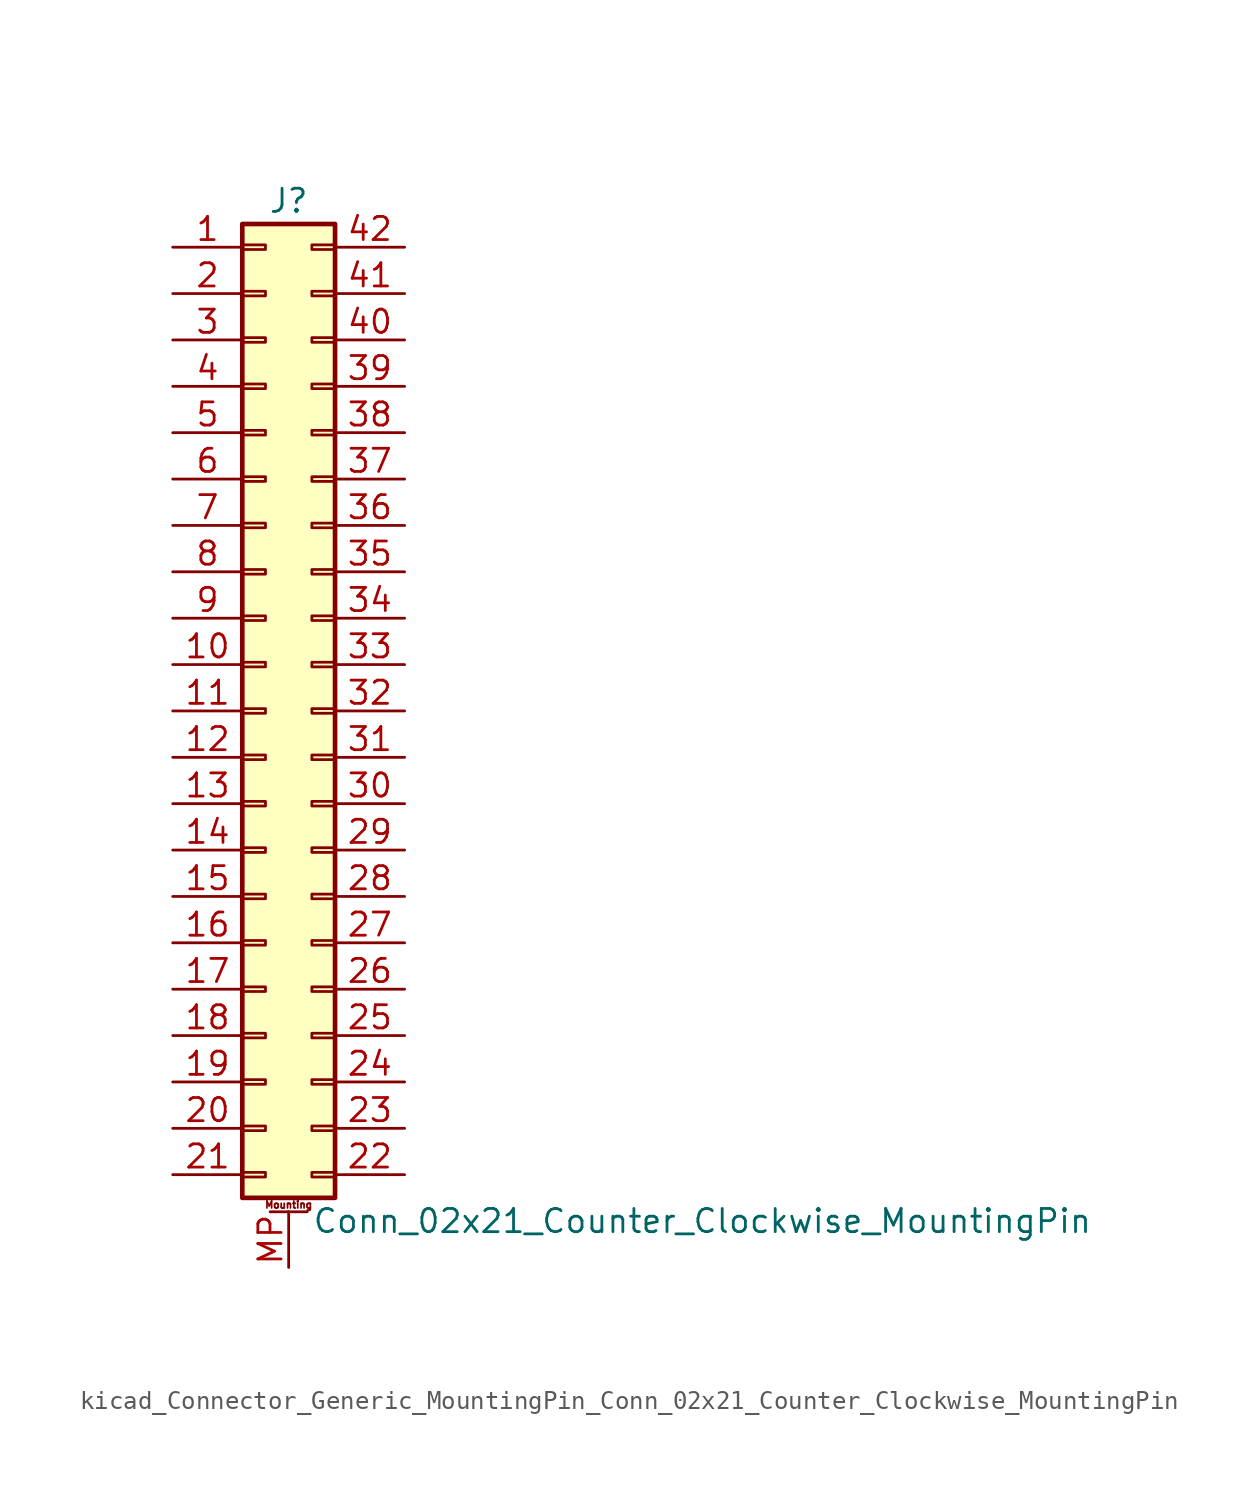
<source format=kicad_sym>
(kicad_symbol_lib
  (version 20220914)
  (generator kicad_symbol_editor)
  (symbol "kicad_Connector_Generic_MountingPin_Conn_02x21_Counter_Clockwise_MountingPin"
    (pin_names
      (offset 1.016) hide)
    (property "Reference" "J"
      (at 1.27 27.94 0)
      (effects (font (size 1.27 1.27))))
    (property "Value" "Conn_02x21_Counter_Clockwise_MountingPin"
      (at 2.54 -27.94 0)
      (effects (font (size 1.27 1.27)) (justify left)))
    (symbol "kicad_Connector_Generic_MountingPin_Conn_02x21_Counter_Clockwise_MountingPin_1_1"
      (rectangle (start -1.27 -25.273) (end 0 -25.527) (stroke (width 0.152) (type default)) (fill (type none)))
      (rectangle (start -1.27 -22.733) (end 0 -22.987) (stroke (width 0.152) (type default)) (fill (type none)))
      (rectangle (start -1.27 -20.193) (end 0 -20.447) (stroke (width 0.152) (type default)) (fill (type none)))
      (rectangle (start -1.27 -17.653) (end 0 -17.907) (stroke (width 0.152) (type default)) (fill (type none)))
      (rectangle (start -1.27 -15.113) (end 0 -15.367) (stroke (width 0.152) (type default)) (fill (type none)))
      (rectangle (start -1.27 -12.573) (end 0 -12.827) (stroke (width 0.152) (type default)) (fill (type none)))
      (rectangle (start -1.27 -10.033) (end 0 -10.287) (stroke (width 0.152) (type default)) (fill (type none)))
      (rectangle (start -1.27 -7.493) (end 0 -7.747) (stroke (width 0.152) (type default)) (fill (type none)))
      (rectangle (start -1.27 -4.953) (end 0 -5.207) (stroke (width 0.152) (type default)) (fill (type none)))
      (rectangle (start -1.27 -2.413) (end 0 -2.667) (stroke (width 0.152) (type default)) (fill (type none)))
      (rectangle (start -1.27 0.127) (end 0 -0.127) (stroke (width 0.152) (type default)) (fill (type none)))
      (rectangle (start -1.27 2.667) (end 0 2.413) (stroke (width 0.152) (type default)) (fill (type none)))
      (rectangle (start -1.27 5.207) (end 0 4.953) (stroke (width 0.152) (type default)) (fill (type none)))
      (rectangle (start -1.27 7.747) (end 0 7.493) (stroke (width 0.152) (type default)) (fill (type none)))
      (rectangle (start -1.27 10.287) (end 0 10.033) (stroke (width 0.152) (type default)) (fill (type none)))
      (rectangle (start -1.27 12.827) (end 0 12.573) (stroke (width 0.152) (type default)) (fill (type none)))
      (rectangle (start -1.27 15.367) (end 0 15.113) (stroke (width 0.152) (type default)) (fill (type none)))
      (rectangle (start -1.27 17.907) (end 0 17.653) (stroke (width 0.152) (type default)) (fill (type none)))
      (rectangle (start -1.27 20.447) (end 0 20.193) (stroke (width 0.152) (type default)) (fill (type none)))
      (rectangle (start -1.27 22.987) (end 0 22.733) (stroke (width 0.152) (type default)) (fill (type none)))
      (rectangle (start -1.27 25.527) (end 0 25.273) (stroke (width 0.152) (type default)) (fill (type none)))
      (rectangle (start -1.27 26.67) (end 3.81 -26.67) (stroke (width 0.254) (type default)) (fill (type background)))
      (polyline (pts (xy 0.254 -27.432) (xy 2.286 -27.432)) (stroke (width 0.152) (type default)) (fill (type none)))
      (rectangle (start 3.81 -25.273) (end 2.54 -25.527) (stroke (width 0.152) (type default)) (fill (type none)))
      (rectangle (start 3.81 -22.733) (end 2.54 -22.987) (stroke (width 0.152) (type default)) (fill (type none)))
      (rectangle (start 3.81 -20.193) (end 2.54 -20.447) (stroke (width 0.152) (type default)) (fill (type none)))
      (rectangle (start 3.81 -17.653) (end 2.54 -17.907) (stroke (width 0.152) (type default)) (fill (type none)))
      (rectangle (start 3.81 -15.113) (end 2.54 -15.367) (stroke (width 0.152) (type default)) (fill (type none)))
      (rectangle (start 3.81 -12.573) (end 2.54 -12.827) (stroke (width 0.152) (type default)) (fill (type none)))
      (rectangle (start 3.81 -10.033) (end 2.54 -10.287) (stroke (width 0.152) (type default)) (fill (type none)))
      (rectangle (start 3.81 -7.493) (end 2.54 -7.747) (stroke (width 0.152) (type default)) (fill (type none)))
      (rectangle (start 3.81 -4.953) (end 2.54 -5.207) (stroke (width 0.152) (type default)) (fill (type none)))
      (rectangle (start 3.81 -2.413) (end 2.54 -2.667) (stroke (width 0.152) (type default)) (fill (type none)))
      (rectangle (start 3.81 0.127) (end 2.54 -0.127) (stroke (width 0.152) (type default)) (fill (type none)))
      (rectangle (start 3.81 2.667) (end 2.54 2.413) (stroke (width 0.152) (type default)) (fill (type none)))
      (rectangle (start 3.81 5.207) (end 2.54 4.953) (stroke (width 0.152) (type default)) (fill (type none)))
      (rectangle (start 3.81 7.747) (end 2.54 7.493) (stroke (width 0.152) (type default)) (fill (type none)))
      (rectangle (start 3.81 10.287) (end 2.54 10.033) (stroke (width 0.152) (type default)) (fill (type none)))
      (rectangle (start 3.81 12.827) (end 2.54 12.573) (stroke (width 0.152) (type default)) (fill (type none)))
      (rectangle (start 3.81 15.367) (end 2.54 15.113) (stroke (width 0.152) (type default)) (fill (type none)))
      (rectangle (start 3.81 17.907) (end 2.54 17.653) (stroke (width 0.152) (type default)) (fill (type none)))
      (rectangle (start 3.81 20.447) (end 2.54 20.193) (stroke (width 0.152) (type default)) (fill (type none)))
      (rectangle (start 3.81 22.987) (end 2.54 22.733) (stroke (width 0.152) (type default)) (fill (type none)))
      (rectangle (start 3.81 25.527) (end 2.54 25.273) (stroke (width 0.152) (type default)) (fill (type none)))
      (text "Mounting" (at 1.27 -27.051 0) (effects (font (size 0.381 0.381))))
      (pin passive line (at -5.08 25.4 0) (length 3.81) (name "Pin_1" (effects (font (size 1.27 1.27)))) (number "1" (effects (font (size 1.27 1.27)))))
      (pin passive line (at -5.08 2.54 0) (length 3.81) (name "Pin_10" (effects (font (size 1.27 1.27)))) (number "10" (effects (font (size 1.27 1.27)))))
      (pin passive line (at -5.08 0 0) (length 3.81) (name "Pin_11" (effects (font (size 1.27 1.27)))) (number "11" (effects (font (size 1.27 1.27)))))
      (pin passive line (at -5.08 -2.54 0) (length 3.81) (name "Pin_12" (effects (font (size 1.27 1.27)))) (number "12" (effects (font (size 1.27 1.27)))))
      (pin passive line (at -5.08 -5.08 0) (length 3.81) (name "Pin_13" (effects (font (size 1.27 1.27)))) (number "13" (effects (font (size 1.27 1.27)))))
      (pin passive line (at -5.08 -7.62 0) (length 3.81) (name "Pin_14" (effects (font (size 1.27 1.27)))) (number "14" (effects (font (size 1.27 1.27)))))
      (pin passive line (at -5.08 -10.16 0) (length 3.81) (name "Pin_15" (effects (font (size 1.27 1.27)))) (number "15" (effects (font (size 1.27 1.27)))))
      (pin passive line (at -5.08 -12.7 0) (length 3.81) (name "Pin_16" (effects (font (size 1.27 1.27)))) (number "16" (effects (font (size 1.27 1.27)))))
      (pin passive line (at -5.08 -15.24 0) (length 3.81) (name "Pin_17" (effects (font (size 1.27 1.27)))) (number "17" (effects (font (size 1.27 1.27)))))
      (pin passive line (at -5.08 -17.78 0) (length 3.81) (name "Pin_18" (effects (font (size 1.27 1.27)))) (number "18" (effects (font (size 1.27 1.27)))))
      (pin passive line (at -5.08 -20.32 0) (length 3.81) (name "Pin_19" (effects (font (size 1.27 1.27)))) (number "19" (effects (font (size 1.27 1.27)))))
      (pin passive line (at -5.08 22.86 0) (length 3.81) (name "Pin_2" (effects (font (size 1.27 1.27)))) (number "2" (effects (font (size 1.27 1.27)))))
      (pin passive line (at -5.08 -22.86 0) (length 3.81) (name "Pin_20" (effects (font (size 1.27 1.27)))) (number "20" (effects (font (size 1.27 1.27)))))
      (pin passive line (at -5.08 -25.4 0) (length 3.81) (name "Pin_21" (effects (font (size 1.27 1.27)))) (number "21" (effects (font (size 1.27 1.27)))))
      (pin passive line (at 7.62 -25.4 180) (length 3.81) (name "Pin_22" (effects (font (size 1.27 1.27)))) (number "22" (effects (font (size 1.27 1.27)))))
      (pin passive line (at 7.62 -22.86 180) (length 3.81) (name "Pin_23" (effects (font (size 1.27 1.27)))) (number "23" (effects (font (size 1.27 1.27)))))
      (pin passive line (at 7.62 -20.32 180) (length 3.81) (name "Pin_24" (effects (font (size 1.27 1.27)))) (number "24" (effects (font (size 1.27 1.27)))))
      (pin passive line (at 7.62 -17.78 180) (length 3.81) (name "Pin_25" (effects (font (size 1.27 1.27)))) (number "25" (effects (font (size 1.27 1.27)))))
      (pin passive line (at 7.62 -15.24 180) (length 3.81) (name "Pin_26" (effects (font (size 1.27 1.27)))) (number "26" (effects (font (size 1.27 1.27)))))
      (pin passive line (at 7.62 -12.7 180) (length 3.81) (name "Pin_27" (effects (font (size 1.27 1.27)))) (number "27" (effects (font (size 1.27 1.27)))))
      (pin passive line (at 7.62 -10.16 180) (length 3.81) (name "Pin_28" (effects (font (size 1.27 1.27)))) (number "28" (effects (font (size 1.27 1.27)))))
      (pin passive line (at 7.62 -7.62 180) (length 3.81) (name "Pin_29" (effects (font (size 1.27 1.27)))) (number "29" (effects (font (size 1.27 1.27)))))
      (pin passive line (at -5.08 20.32 0) (length 3.81) (name "Pin_3" (effects (font (size 1.27 1.27)))) (number "3" (effects (font (size 1.27 1.27)))))
      (pin passive line (at 7.62 -5.08 180) (length 3.81) (name "Pin_30" (effects (font (size 1.27 1.27)))) (number "30" (effects (font (size 1.27 1.27)))))
      (pin passive line (at 7.62 -2.54 180) (length 3.81) (name "Pin_31" (effects (font (size 1.27 1.27)))) (number "31" (effects (font (size 1.27 1.27)))))
      (pin passive line (at 7.62 0 180) (length 3.81) (name "Pin_32" (effects (font (size 1.27 1.27)))) (number "32" (effects (font (size 1.27 1.27)))))
      (pin passive line (at 7.62 2.54 180) (length 3.81) (name "Pin_33" (effects (font (size 1.27 1.27)))) (number "33" (effects (font (size 1.27 1.27)))))
      (pin passive line (at 7.62 5.08 180) (length 3.81) (name "Pin_34" (effects (font (size 1.27 1.27)))) (number "34" (effects (font (size 1.27 1.27)))))
      (pin passive line (at 7.62 7.62 180) (length 3.81) (name "Pin_35" (effects (font (size 1.27 1.27)))) (number "35" (effects (font (size 1.27 1.27)))))
      (pin passive line (at 7.62 10.16 180) (length 3.81) (name "Pin_36" (effects (font (size 1.27 1.27)))) (number "36" (effects (font (size 1.27 1.27)))))
      (pin passive line (at 7.62 12.7 180) (length 3.81) (name "Pin_37" (effects (font (size 1.27 1.27)))) (number "37" (effects (font (size 1.27 1.27)))))
      (pin passive line (at 7.62 15.24 180) (length 3.81) (name "Pin_38" (effects (font (size 1.27 1.27)))) (number "38" (effects (font (size 1.27 1.27)))))
      (pin passive line (at 7.62 17.78 180) (length 3.81) (name "Pin_39" (effects (font (size 1.27 1.27)))) (number "39" (effects (font (size 1.27 1.27)))))
      (pin passive line (at -5.08 17.78 0) (length 3.81) (name "Pin_4" (effects (font (size 1.27 1.27)))) (number "4" (effects (font (size 1.27 1.27)))))
      (pin passive line (at 7.62 20.32 180) (length 3.81) (name "Pin_40" (effects (font (size 1.27 1.27)))) (number "40" (effects (font (size 1.27 1.27)))))
      (pin passive line (at 7.62 22.86 180) (length 3.81) (name "Pin_41" (effects (font (size 1.27 1.27)))) (number "41" (effects (font (size 1.27 1.27)))))
      (pin passive line (at 7.62 25.4 180) (length 3.81) (name "Pin_42" (effects (font (size 1.27 1.27)))) (number "42" (effects (font (size 1.27 1.27)))))
      (pin passive line (at -5.08 15.24 0) (length 3.81) (name "Pin_5" (effects (font (size 1.27 1.27)))) (number "5" (effects (font (size 1.27 1.27)))))
      (pin passive line (at -5.08 12.7 0) (length 3.81) (name "Pin_6" (effects (font (size 1.27 1.27)))) (number "6" (effects (font (size 1.27 1.27)))))
      (pin passive line (at -5.08 10.16 0) (length 3.81) (name "Pin_7" (effects (font (size 1.27 1.27)))) (number "7" (effects (font (size 1.27 1.27)))))
      (pin passive line (at -5.08 7.62 0) (length 3.81) (name "Pin_8" (effects (font (size 1.27 1.27)))) (number "8" (effects (font (size 1.27 1.27)))))
      (pin passive line (at -5.08 5.08 0) (length 3.81) (name "Pin_9" (effects (font (size 1.27 1.27)))) (number "9" (effects (font (size 1.27 1.27)))))
      (pin passive line (at 1.27 -30.48 90) (length 3.048) (name "MountPin" (effects (font (size 1.27 1.27)))) (number "MP" (effects (font (size 1.27 1.27))))))))
</source>
